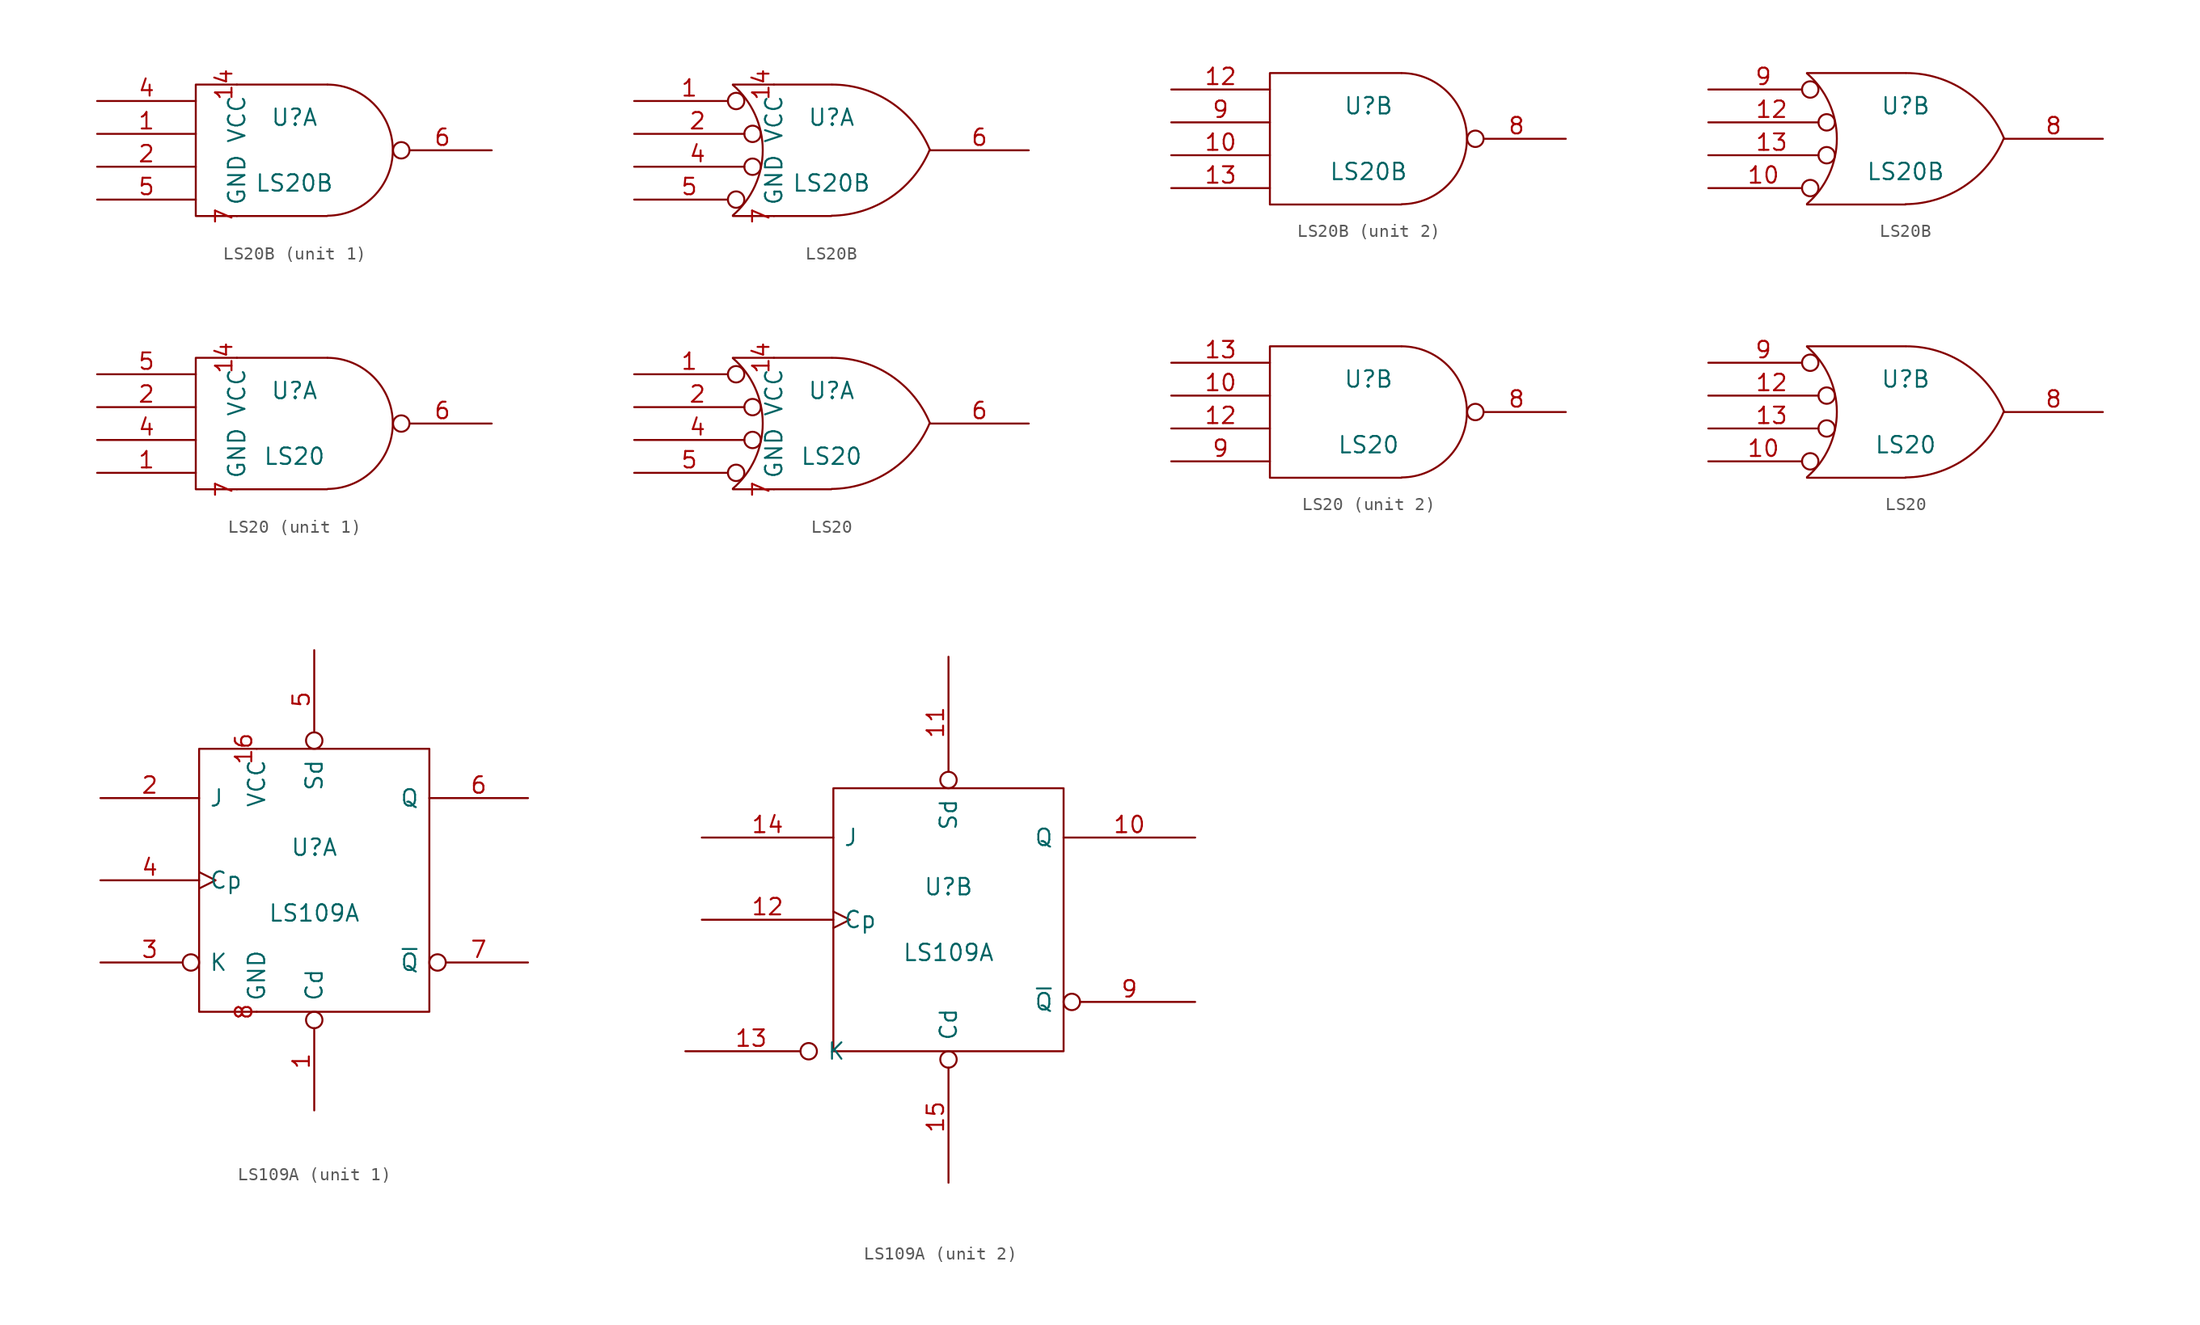
<source format=kicad_sym>
(kicad_symbol_lib
  (version 20211014)
  (generator kicad_symbol_editor)
  (symbol "LS20B"
    (pin_names
      (offset 0.762))
    (property "Reference" "U"
      (at 0 2.54 0)
      (effects (font (size 1.27 1.27))))
    (property "Value" "LS20B"
      (at 0 -2.54 0)
      (effects (font (size 1.27 1.27))))
    (symbol "LS20B_0_1"
      (polyline (pts (xy 2.54 5.08) (xy -7.62 5.08) (xy -7.62 -5.08) (xy 2.54 -5.08)) (stroke (width 0) (type default) (color 0 0 0 0)) (fill (type none)))
      (arc (start 2.5654 -5.0546) (mid 7.5947 0.0127) (end 2.5654 5.08) (stroke (width 0) (type default) (color 0 0 0 0)) (fill (type none))))
    (symbol "LS20B_0_2"
      (arc (start -7.62 -5.0292) (mid -5.3094 0.0127) (end -7.62 5.0546) (stroke (width 0) (type default) (color 0 0 0 0)) (fill (type none)))
      (arc (start 0 -5.0546) (mid 4.5649 -3.6437) (end 7.5946 0.0508) (stroke (width 0) (type default) (color 0 0 0 0)) (fill (type none)))
      (polyline (pts (xy -7.62 -5.08) (xy 0 -5.08)) (stroke (width 0) (type default) (color 0 0 0 0)) (fill (type none)))
      (polyline (pts (xy -7.62 5.08) (xy 0 5.08)) (stroke (width 0) (type default) (color 0 0 0 0)) (fill (type none)))
      (arc (start 7.62 0) (mid 4.6112 3.6959) (end 0.0508 5.08) (stroke (width 0) (type default) (color 0 0 0 0)) (fill (type none))))
    (symbol "LS20B_1_0"
      (pin power_in line (at -4.445 5.08 270) (length 0) (name "VCC" (effects (font (size 1.27 1.27)))) (number "14" (effects (font (size 1.27 1.27)))))
      (pin power_in line (at -4.445 -5.08 90) (length 0) (name "GND" (effects (font (size 1.27 1.27)))) (number "7" (effects (font (size 1.27 1.27))))))
    (symbol "LS20B_1_1"
      (pin input line (at -15.24 1.27 0) (length 7.62) (name "~" (effects (font (size 1.27 1.27)))) (number "1" (effects (font (size 1.27 1.27)))))
      (pin input line (at -15.24 -1.27 0) (length 7.62) (name "~" (effects (font (size 1.27 1.27)))) (number "2" (effects (font (size 1.27 1.27)))))
      (pin input line (at -15.24 3.81 0) (length 7.62) (name "~" (effects (font (size 1.27 1.27)))) (number "4" (effects (font (size 1.27 1.27)))))
      (pin input line (at -15.24 -3.81 0) (length 7.62) (name "~" (effects (font (size 1.27 1.27)))) (number "5" (effects (font (size 1.27 1.27)))))
      (pin output inverted (at 15.24 0 180) (length 7.62) (name "~" (effects (font (size 1.27 1.27)))) (number "6" (effects (font (size 1.27 1.27))))))
    (symbol "LS20B_1_2"
      (pin input inverted (at -15.24 3.81 0) (length 8.509) (name "~" (effects (font (size 1.27 1.27)))) (number "1" (effects (font (size 1.27 1.27)))))
      (pin input inverted (at -15.24 1.27 0) (length 9.779) (name "~" (effects (font (size 1.27 1.27)))) (number "2" (effects (font (size 1.27 1.27)))))
      (pin output inverted (at -15.24 -1.27 0) (length 9.779) (name "~" (effects (font (size 1.27 1.27)))) (number "4" (effects (font (size 1.27 1.27)))))
      (pin input inverted (at -15.24 -3.81 0) (length 8.509) (name "~" (effects (font (size 1.27 1.27)))) (number "5" (effects (font (size 1.27 1.27)))))
      (pin output line (at 15.24 0 180) (length 7.62) (name "~" (effects (font (size 1.27 1.27)))) (number "6" (effects (font (size 1.27 1.27))))))
    (symbol "LS20B_2_1"
      (pin input line (at -15.24 -1.27 0) (length 7.62) (name "~" (effects (font (size 1.27 1.27)))) (number "10" (effects (font (size 1.27 1.27)))))
      (pin input line (at -15.24 3.81 0) (length 7.62) (name "~" (effects (font (size 1.27 1.27)))) (number "12" (effects (font (size 1.27 1.27)))))
      (pin input line (at -15.24 -3.81 0) (length 7.62) (name "~" (effects (font (size 1.27 1.27)))) (number "13" (effects (font (size 1.27 1.27)))))
      (pin output inverted (at 15.24 0 180) (length 7.62) (name "~" (effects (font (size 1.27 1.27)))) (number "8" (effects (font (size 1.27 1.27)))))
      (pin input line (at -15.24 1.27 0) (length 7.62) (name "~" (effects (font (size 1.27 1.27)))) (number "9" (effects (font (size 1.27 1.27))))))
    (symbol "LS20B_2_2"
      (pin input inverted (at -15.24 -3.81 0) (length 8.509) (name "~" (effects (font (size 1.27 1.27)))) (number "10" (effects (font (size 1.27 1.27)))))
      (pin input inverted (at -15.24 1.27 0) (length 9.779) (name "~" (effects (font (size 1.27 1.27)))) (number "12" (effects (font (size 1.27 1.27)))))
      (pin input inverted (at -15.24 -1.27 0) (length 9.779) (name "~" (effects (font (size 1.27 1.27)))) (number "13" (effects (font (size 1.27 1.27)))))
      (pin output line (at 15.24 0 180) (length 7.62) (name "~" (effects (font (size 1.27 1.27)))) (number "8" (effects (font (size 1.27 1.27)))))
      (pin input inverted (at -15.24 3.81 0) (length 8.509) (name "~" (effects (font (size 1.27 1.27)))) (number "9" (effects (font (size 1.27 1.27)))))))
  (symbol "LS20"
    (pin_names
      (offset 0.762))
    (property "Reference" "U"
      (at 0 2.54 0)
      (effects (font (size 1.27 1.27))))
    (property "Value" "LS20"
      (at 0 -2.54 0)
      (effects (font (size 1.27 1.27))))
    (symbol "LS20_0_1"
      (polyline (pts (xy 2.54 5.08) (xy -7.62 5.08) (xy -7.62 -5.08) (xy 2.54 -5.08)) (stroke (width 0) (type default) (color 0 0 0 0)) (fill (type none)))
      (arc (start 2.5654 -5.0546) (mid 7.5947 0.0127) (end 2.5654 5.08) (stroke (width 0) (type default) (color 0 0 0 0)) (fill (type none))))
    (symbol "LS20_0_2"
      (arc (start -7.62 -5.0292) (mid -5.3094 0.0127) (end -7.62 5.0546) (stroke (width 0) (type default) (color 0 0 0 0)) (fill (type none)))
      (arc (start 0 -5.0546) (mid 4.5649 -3.6437) (end 7.5946 0.0508) (stroke (width 0) (type default) (color 0 0 0 0)) (fill (type none)))
      (polyline (pts (xy -7.62 -5.08) (xy 0 -5.08)) (stroke (width 0) (type default) (color 0 0 0 0)) (fill (type none)))
      (polyline (pts (xy -7.62 5.08) (xy 0 5.08)) (stroke (width 0) (type default) (color 0 0 0 0)) (fill (type none)))
      (arc (start 7.62 0) (mid 4.6112 3.6959) (end 0.0508 5.08) (stroke (width 0) (type default) (color 0 0 0 0)) (fill (type none))))
    (symbol "LS20_1_0"
      (pin power_in line (at -4.445 5.08 270) (length 0) (name "VCC" (effects (font (size 1.27 1.27)))) (number "14" (effects (font (size 1.27 1.27)))))
      (pin power_in line (at -4.445 -5.08 90) (length 0) (name "GND" (effects (font (size 1.27 1.27)))) (number "7" (effects (font (size 1.27 1.27))))))
    (symbol "LS20_1_1"
      (pin input line (at -15.24 -3.81 0) (length 7.62) (name "~" (effects (font (size 1.27 1.27)))) (number "1" (effects (font (size 1.27 1.27)))))
      (pin input line (at -15.24 1.27 0) (length 7.62) (name "~" (effects (font (size 1.27 1.27)))) (number "2" (effects (font (size 1.27 1.27)))))
      (pin input line (at -15.24 -1.27 0) (length 7.62) (name "~" (effects (font (size 1.27 1.27)))) (number "4" (effects (font (size 1.27 1.27)))))
      (pin input line (at -15.24 3.81 0) (length 7.62) (name "~" (effects (font (size 1.27 1.27)))) (number "5" (effects (font (size 1.27 1.27)))))
      (pin output inverted (at 15.24 0 180) (length 7.62) (name "~" (effects (font (size 1.27 1.27)))) (number "6" (effects (font (size 1.27 1.27))))))
    (symbol "LS20_1_2"
      (pin input inverted (at -15.24 3.81 0) (length 8.509) (name "~" (effects (font (size 1.27 1.27)))) (number "1" (effects (font (size 1.27 1.27)))))
      (pin input inverted (at -15.24 1.27 0) (length 9.779) (name "~" (effects (font (size 1.27 1.27)))) (number "2" (effects (font (size 1.27 1.27)))))
      (pin output inverted (at -15.24 -1.27 0) (length 9.779) (name "~" (effects (font (size 1.27 1.27)))) (number "4" (effects (font (size 1.27 1.27)))))
      (pin input inverted (at -15.24 -3.81 0) (length 8.509) (name "~" (effects (font (size 1.27 1.27)))) (number "5" (effects (font (size 1.27 1.27)))))
      (pin output line (at 15.24 0 180) (length 7.62) (name "~" (effects (font (size 1.27 1.27)))) (number "6" (effects (font (size 1.27 1.27))))))
    (symbol "LS20_2_1"
      (pin input line (at -15.24 1.27 0) (length 7.62) (name "~" (effects (font (size 1.27 1.27)))) (number "10" (effects (font (size 1.27 1.27)))))
      (pin input line (at -15.24 -1.27 0) (length 7.62) (name "~" (effects (font (size 1.27 1.27)))) (number "12" (effects (font (size 1.27 1.27)))))
      (pin input line (at -15.24 3.81 0) (length 7.62) (name "~" (effects (font (size 1.27 1.27)))) (number "13" (effects (font (size 1.27 1.27)))))
      (pin output inverted (at 15.24 0 180) (length 7.62) (name "~" (effects (font (size 1.27 1.27)))) (number "8" (effects (font (size 1.27 1.27)))))
      (pin input line (at -15.24 -3.81 0) (length 7.62) (name "~" (effects (font (size 1.27 1.27)))) (number "9" (effects (font (size 1.27 1.27))))))
    (symbol "LS20_2_2"
      (pin input inverted (at -15.24 -3.81 0) (length 8.509) (name "~" (effects (font (size 1.27 1.27)))) (number "10" (effects (font (size 1.27 1.27)))))
      (pin input inverted (at -15.24 1.27 0) (length 9.779) (name "~" (effects (font (size 1.27 1.27)))) (number "12" (effects (font (size 1.27 1.27)))))
      (pin input inverted (at -15.24 -1.27 0) (length 9.779) (name "~" (effects (font (size 1.27 1.27)))) (number "13" (effects (font (size 1.27 1.27)))))
      (pin output line (at 15.24 0 180) (length 7.62) (name "~" (effects (font (size 1.27 1.27)))) (number "8" (effects (font (size 1.27 1.27)))))
      (pin input inverted (at -15.24 3.81 0) (length 8.509) (name "~" (effects (font (size 1.27 1.27)))) (number "9" (effects (font (size 1.27 1.27)))))))
  (symbol "LS109A"
    (pin_names
      (offset 0.762))
    (property "Reference" "U"
      (at 0 2.54 0)
      (effects (font (size 1.27 1.27))))
    (property "Value" "LS109A"
      (at 0 -2.54 0)
      (effects (font (size 1.27 1.27))))
    (symbol "LS109A_0_0"
      (rectangle (start -8.89 -10.16) (end 8.89 10.16) (stroke (width 0) (type default) (color 0 0 0 0)) (fill (type none))))
    (symbol "LS109A_1_0"
      (pin power_in line (at -4.445 10.16 270) (length 0) (name "VCC" (effects (font (size 1.27 1.27)))) (number "16" (effects (font (size 1.27 1.27)))))
      (pin power_in line (at -4.445 -10.16 90) (length 0) (name "GND" (effects (font (size 1.27 1.27)))) (number "8" (effects (font (size 1.27 1.27))))))
    (symbol "LS109A_1_1"
      (pin input inverted (at 0 -17.78 90) (length 7.62) (name "Cd" (effects (font (size 1.27 1.27)))) (number "1" (effects (font (size 1.27 1.27)))))
      (pin input line (at -16.51 6.35 0) (length 7.62) (name "J" (effects (font (size 1.27 1.27)))) (number "2" (effects (font (size 1.27 1.27)))))
      (pin input inverted (at -16.51 -6.35 0) (length 7.62) (name "K" (effects (font (size 1.27 1.27)))) (number "3" (effects (font (size 1.27 1.27)))))
      (pin input clock (at -16.51 0 0) (length 7.62) (name "Cp" (effects (font (size 1.27 1.27)))) (number "4" (effects (font (size 1.27 1.27)))))
      (pin input inverted (at 0 17.78 270) (length 7.62) (name "Sd" (effects (font (size 1.27 1.27)))) (number "5" (effects (font (size 1.27 1.27)))))
      (pin output line (at 16.51 6.35 180) (length 7.62) (name "Q" (effects (font (size 1.27 1.27)))) (number "6" (effects (font (size 1.27 1.27)))))
      (pin output inverted (at 16.51 -6.35 180) (length 7.62) (name "~{Q}" (effects (font (size 1.27 1.27)))) (number "7" (effects (font (size 1.27 1.27))))))
    (symbol "LS109A_2_1"
      (pin output line (at 19.05 6.35 180) (length 10.16) (name "Q" (effects (font (size 1.27 1.27)))) (number "10" (effects (font (size 1.27 1.27)))))
      (pin input inverted (at 0 20.32 270) (length 10.16) (name "Sd" (effects (font (size 1.27 1.27)))) (number "11" (effects (font (size 1.27 1.27)))))
      (pin input clock (at -19.05 0 0) (length 10.16) (name "Cp" (effects (font (size 1.27 1.27)))) (number "12" (effects (font (size 1.27 1.27)))))
      (pin input inverted (at -20.32 -10.16 0) (length 10.16) (name "K" (effects (font (size 1.27 1.27)))) (number "13" (effects (font (size 1.27 1.27)))))
      (pin input line (at -19.05 6.35 0) (length 10.16) (name "J" (effects (font (size 1.27 1.27)))) (number "14" (effects (font (size 1.27 1.27)))))
      (pin input inverted (at 0 -20.32 90) (length 10.16) (name "Cd" (effects (font (size 1.27 1.27)))) (number "15" (effects (font (size 1.27 1.27)))))
      (pin output inverted (at 19.05 -6.35 180) (length 10.16) (name "~{Q}" (effects (font (size 1.27 1.27)))) (number "9" (effects (font (size 1.27 1.27))))))))
</source>
